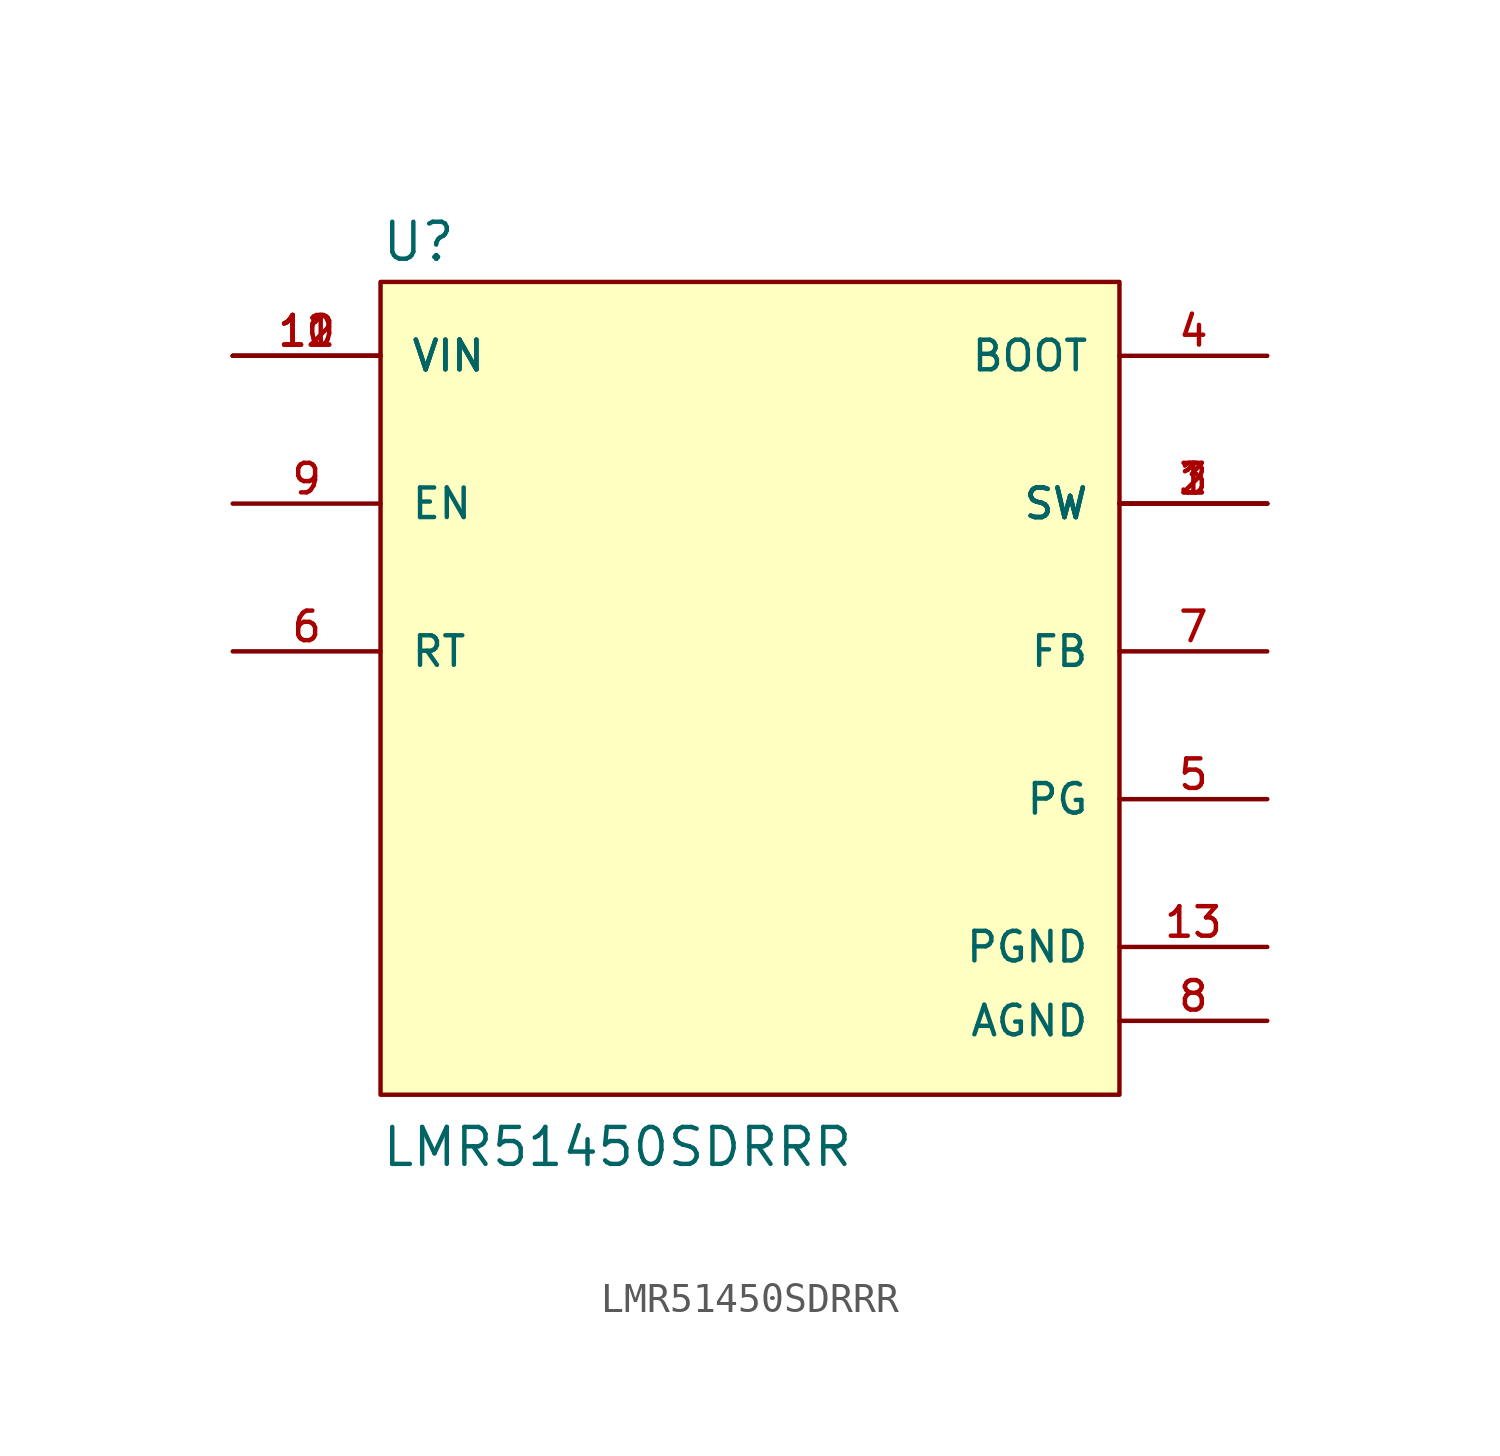
<source format=kicad_sym>
(kicad_symbol_lib
  (version 20241209)
  (generator "kicad_symbol_editor")
  (generator_version "9.0")
  (symbol "LMR51450SDRRR"
    (pin_names
      (offset 1.016))
    (property "Reference" "U"
      (at -12.7 13.335 0)
      (effects (font (size 1.27 1.27)) (justify left bottom)))
    (property "Value" "LMR51450SDRRR"
      (at -12.7 -17.78 0)
      (effects (font (size 1.27 1.27)) (justify left bottom)))
    (symbol "LMR51450SDRRR_0_0"
      (rectangle (start -12.7 -15.24) (end 12.7 12.7) (stroke (width 0.152) (type default)) (fill (type background)))
      (pin input line (at -17.78 10.16 0) (length 5.08) (name "VIN" (effects (font (size 1.016 1.016)))) (number "10" (effects (font (size 1.016 1.016)))))
      (pin input line (at -17.78 10.16 0) (length 5.08) (name "VIN" (effects (font (size 1.016 1.016)))) (number "11" (effects (font (size 1.016 1.016)))))
      (pin input line (at -17.78 10.16 0) (length 5.08) (name "VIN" (effects (font (size 1.016 1.016)))) (number "12" (effects (font (size 1.016 1.016)))))
      (pin input line (at -17.78 5.08 0) (length 5.08) (name "EN" (effects (font (size 1.016 1.016)))) (number "9" (effects (font (size 1.016 1.016)))))
      (pin input line (at -17.78 0 0) (length 5.08) (name "RT" (effects (font (size 1.016 1.016)))) (number "6" (effects (font (size 1.016 1.016)))))
      (pin passive line (at 17.78 10.16 180) (length 5.08) (name "BOOT" (effects (font (size 1.016 1.016)))) (number "4" (effects (font (size 1.016 1.016)))))
      (pin output line (at 17.78 5.08 180) (length 5.08) (name "SW" (effects (font (size 1.016 1.016)))) (number "1" (effects (font (size 1.016 1.016)))))
      (pin output line (at 17.78 5.08 180) (length 5.08) (name "SW" (effects (font (size 1.016 1.016)))) (number "2" (effects (font (size 1.016 1.016)))))
      (pin output line (at 17.78 5.08 180) (length 5.08) (name "SW" (effects (font (size 1.016 1.016)))) (number "3" (effects (font (size 1.016 1.016)))))
      (pin input line (at 17.78 0 180) (length 5.08) (name "FB" (effects (font (size 1.016 1.016)))) (number "7" (effects (font (size 1.016 1.016)))))
      (pin output line (at 17.78 -5.08 180) (length 5.08) (name "PG" (effects (font (size 1.016 1.016)))) (number "5" (effects (font (size 1.016 1.016)))))
      (pin power_in line (at 17.78 -10.16 180) (length 5.08) (name "PGND" (effects (font (size 1.016 1.016)))) (number "13" (effects (font (size 1.016 1.016)))))
      (pin power_in line (at 17.78 -12.7 180) (length 5.08) (name "AGND" (effects (font (size 1.016 1.016)))) (number "8" (effects (font (size 1.016 1.016))))))))
</source>
